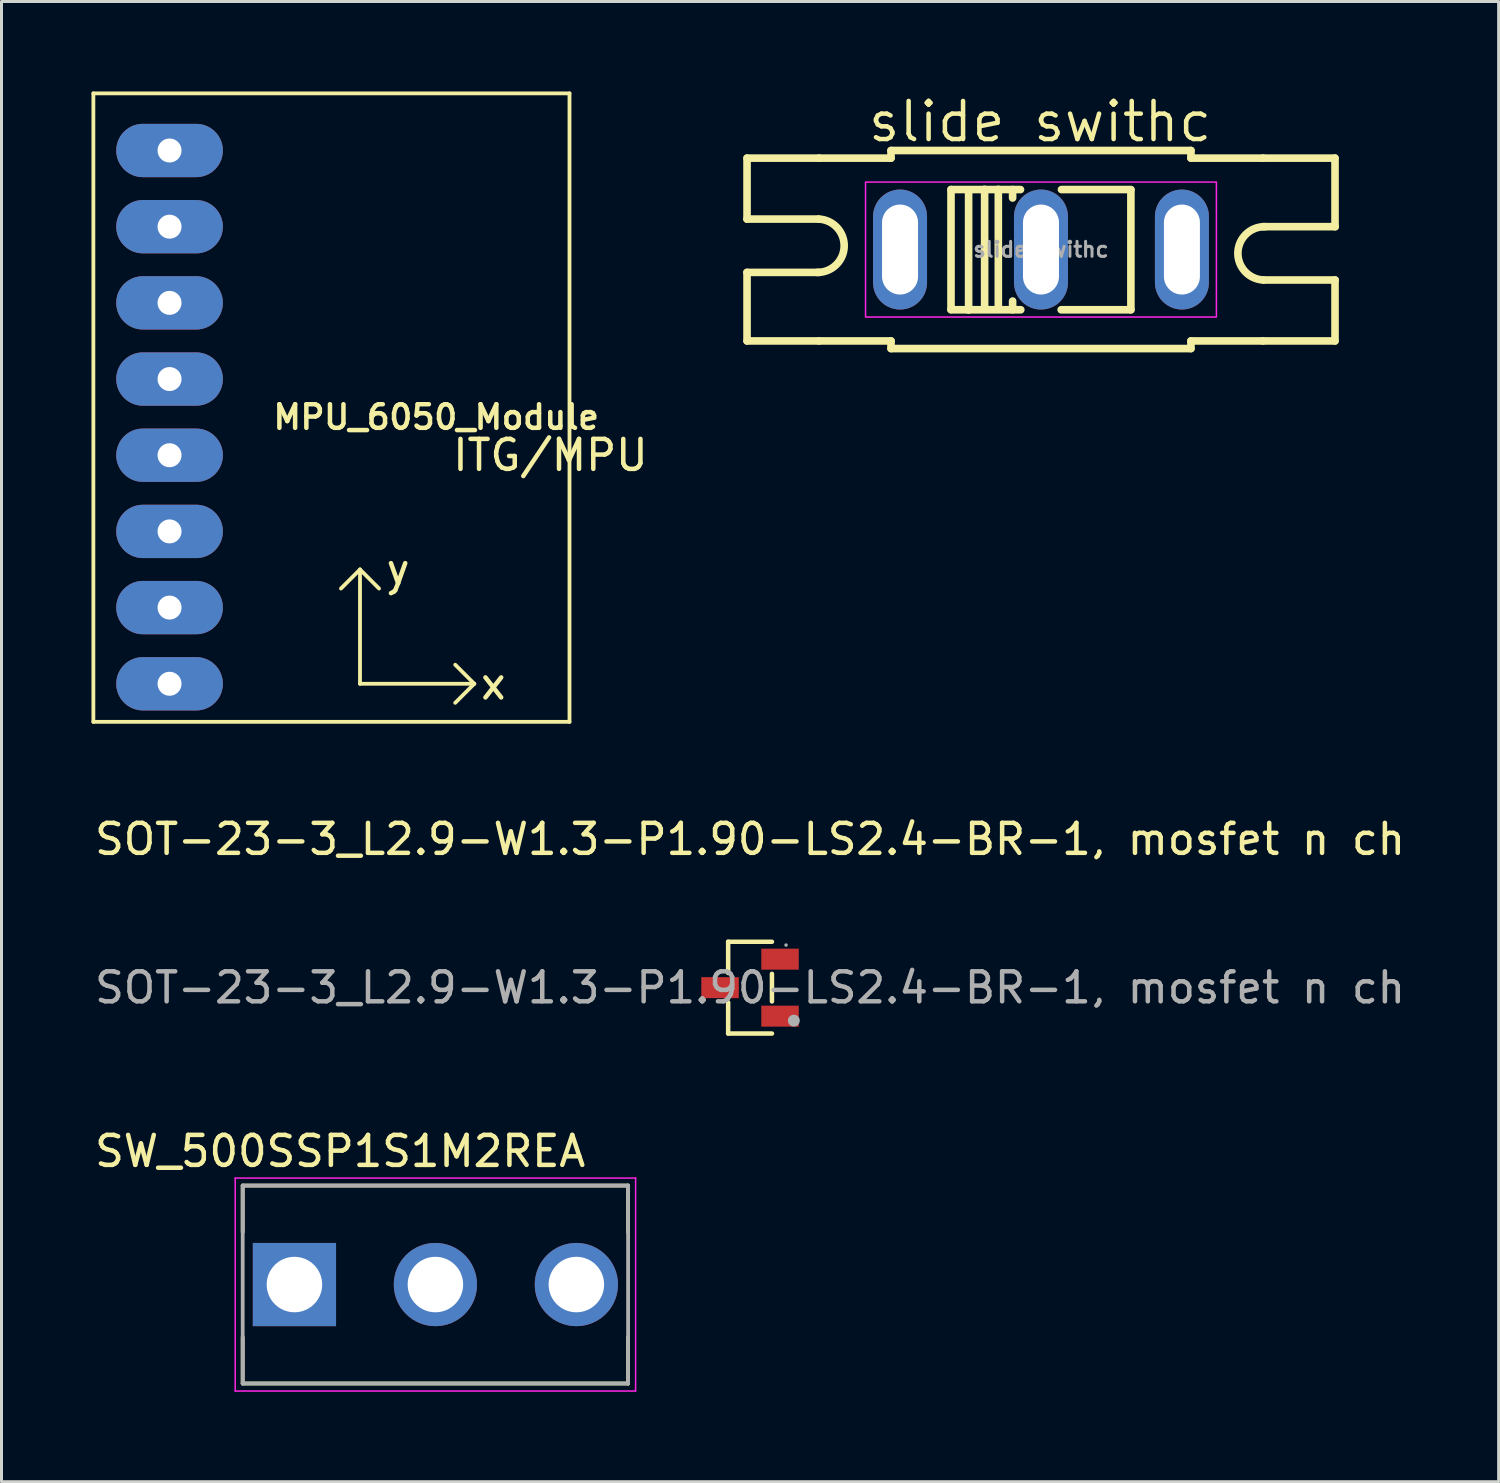
<source format=kicad_pcb>
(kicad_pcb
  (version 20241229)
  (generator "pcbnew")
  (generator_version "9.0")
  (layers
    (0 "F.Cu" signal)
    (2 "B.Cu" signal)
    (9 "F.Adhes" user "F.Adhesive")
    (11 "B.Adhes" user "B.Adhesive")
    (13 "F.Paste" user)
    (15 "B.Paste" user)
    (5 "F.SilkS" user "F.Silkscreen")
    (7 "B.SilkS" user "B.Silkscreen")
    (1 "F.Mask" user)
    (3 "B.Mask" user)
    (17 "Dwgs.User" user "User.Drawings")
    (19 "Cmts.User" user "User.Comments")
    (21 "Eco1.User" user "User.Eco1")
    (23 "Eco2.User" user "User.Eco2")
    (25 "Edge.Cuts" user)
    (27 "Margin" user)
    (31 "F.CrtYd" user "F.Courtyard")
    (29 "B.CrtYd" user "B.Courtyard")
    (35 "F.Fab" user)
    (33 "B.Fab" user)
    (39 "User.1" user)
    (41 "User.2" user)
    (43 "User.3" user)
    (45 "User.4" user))
  (footprint "slide swithc"
    (layer "F.Cu")
    (at 31.658 5.27)
    (property "Reference" "slide swithc" (at -0.028 -4.264 0) (layer "F.SilkS") (effects (font (size 1.27 1.27) (thickness 0.15))))
    (fp_line (start -9.804 -1.016) (end -7.417 -1.016) (stroke (width 0.254) (type default)) (layer "F.SilkS"))
    (fp_line (start -9.804 0.762) (end -7.391 0.762) (stroke (width 0.254) (type default)) (layer "F.SilkS"))
    (fp_line (start -9.8 -3.048) (end -9.8 -1.016) (stroke (width 0.254) (type default)) (layer "F.SilkS"))
    (fp_line (start -9.8 3.048) (end -9.8 0.762) (stroke (width 0.254) (type default)) (layer "F.SilkS"))
    (fp_line (start -7.4 -3.048) (end -9.8 -3.048) (stroke (width 0.254) (type default)) (layer "F.SilkS"))
    (fp_line (start -7.4 3.048) (end -9.8 3.048) (stroke (width 0.254) (type default)) (layer "F.SilkS"))
    (fp_line (start -5 -3.302) (end 5 -3.302) (stroke (width 0.254) (type default)) (layer "F.SilkS"))
    (fp_line (start -5 -3.048) (end -7.4 -3.048) (stroke (width 0.254) (type default)) (layer "F.SilkS"))
    (fp_line (start -5 -3.048) (end -5 -3.302) (stroke (width 0.254) (type default)) (layer "F.SilkS"))
    (fp_line (start -5 3.048) (end -7.4 3.048) (stroke (width 0.254) (type default)) (layer "F.SilkS"))
    (fp_line (start -5 3.048) (end -5 3.302) (stroke (width 0.254) (type default)) (layer "F.SilkS"))
    (fp_line (start -5 3.302) (end 5 3.302) (stroke (width 0.254) (type default)) (layer "F.SilkS"))
    (fp_line (start -3 -2) (end -3 2) (stroke (width 0.254) (type default)) (layer "F.SilkS"))
    (fp_line (start -3 -2) (end -0.683 -2) (stroke (width 0.254) (type default)) (layer "F.SilkS"))
    (fp_line (start -2.413 2.018) (end -2.413 -1.982) (stroke (width 0.254) (type default)) (layer "F.SilkS"))
    (fp_line (start -1.879 1.992) (end -1.879 -2.008) (stroke (width 0.254) (type default)) (layer "F.SilkS"))
    (fp_line (start -1.422 1.992) (end -1.422 -2.008) (stroke (width 0.254) (type default)) (layer "F.SilkS"))
    (fp_line (start -0.946 -2) (end -0.946 -1.718) (stroke (width 0.254) (type default)) (layer "F.SilkS"))
    (fp_line (start -0.946 1.718) (end -0.946 2.008) (stroke (width 0.254) (type default)) (layer "F.SilkS"))
    (fp_line (start -0.673 2.008) (end -3.002 2.008) (stroke (width 0.254) (type default)) (layer "F.SilkS"))
    (fp_line (start 0.683 -2) (end 2.998 -2) (stroke (width 0.254) (type default)) (layer "F.SilkS"))
    (fp_line (start 2.998 2.008) (end 0.673 2.008) (stroke (width 0.254) (type default)) (layer "F.SilkS"))
    (fp_line (start 2.998 2.008) (end 2.998 -1.992) (stroke (width 0.254) (type default)) (layer "F.SilkS"))
    (fp_line (start 5 -3.048) (end 5 -3.302) (stroke (width 0.254) (type default)) (layer "F.SilkS"))
    (fp_line (start 5 -3.048) (end 7.4 -3.048) (stroke (width 0.254) (type default)) (layer "F.SilkS"))
    (fp_line (start 5 3.048) (end 5 3.302) (stroke (width 0.254) (type default)) (layer "F.SilkS"))
    (fp_line (start 5 3.048) (end 7.4 3.048) (stroke (width 0.254) (type default)) (layer "F.SilkS"))
    (fp_line (start 9.8 -3.048) (end 7.4 -3.048) (stroke (width 0.254) (type default)) (layer "F.SilkS"))
    (fp_line (start 9.8 3.048) (end 7.4 3.048) (stroke (width 0.254) (type default)) (layer "F.SilkS"))
    (fp_line (start 9.804 -3.048) (end 9.804 -0.762) (stroke (width 0.254) (type default)) (layer "F.SilkS"))
    (fp_line (start 9.804 3.048) (end 9.804 1.016) (stroke (width 0.254) (type default)) (layer "F.SilkS"))
    (fp_line (start 9.809 -0.762) (end 7.396 -0.762) (stroke (width 0.254) (type default)) (layer "F.SilkS"))
    (fp_line (start 9.809 1.016) (end 7.421 1.016) (stroke (width 0.254) (type default)) (layer "F.SilkS"))
    (fp_arc (start -7.4168 -1.016) (mid -6.5532 -0.1016) (end -7.4676 0.762) (stroke (width 0.254) (type default)) (layer "F.SilkS"))
    (fp_arc (start 7.4211 1.016) (mid 6.5575 0.1016) (end 7.4719 -0.762) (stroke (width 0.254) (type default)) (layer "F.SilkS"))
    (fp_rect (start -5.849 -2.25) (end 5.849 2.25) (stroke (width 0.05) (type default)) (fill no) (layer "F.CrtYd"))
    (fp_circle (center -9.931 3.429) (end -9.901 3.429) (stroke (width 0.06) (type default)) (fill no) (layer "User.5"))
    (fp_text user "${REFERENCE}" (at 0 0 0) (layer "F.Fab") (effects (font (size 0.5 0.5) (thickness 0.1))))
    (pad "1" thru_hole oval (at -4.699 0 90) (size 4 1.8) (drill oval 3 1.2) (layers "*.Cu" "*.Mask"))
    (pad "2" thru_hole oval (at 0 0 90) (size 4 1.8) (drill oval 3 1.2) (layers "*.Cu" "*.Mask"))
    (pad "3" thru_hole oval (at 4.699 0 90) (size 4 1.8) (drill oval 3 1.2) (layers "*.Cu" "*.Mask"))
    (zone (net_name "") (layer "User.4") (hatch edge 0.5) (priority 100) (connect_pads yes) (min_thickness 0) (filled_areas_thickness no) (fill yes) (polygon (pts (xy 26.478 6.17) (xy 26.478 4.37) (xy 27.438 4.37) (xy 27.438 6.17))) (filled_polygon (layer "User.4") (island) (pts (xy 26.478 6.17) (xy 26.478 4.37) (xy 27.438 4.37) (xy 27.438 6.17))))
    (zone (net_name "") (layer "User.4") (hatch edge 0.5) (priority 100) (connect_pads yes) (min_thickness 0) (filled_areas_thickness no) (fill yes) (polygon (pts (xy 31.178 6.17) (xy 31.178 4.37) (xy 32.138 4.37) (xy 32.138 6.17))) (filled_polygon (layer "User.4") (island) (pts (xy 31.178 6.17) (xy 31.178 4.37) (xy 32.138 4.37) (xy 32.138 6.17))))
    (zone (net_name "") (layer "User.4") (hatch edge 0.5) (priority 100) (connect_pads yes) (min_thickness 0) (filled_areas_thickness no) (fill yes) (polygon (pts (xy 35.878 6.17) (xy 35.878 4.37) (xy 36.838 4.37) (xy 36.838 6.17))) (filled_polygon (layer "User.4") (island) (pts (xy 35.878 6.17) (xy 35.878 4.37) (xy 36.838 4.37) (xy 36.838 6.17)))))
  (footprint "MPU_6050_Module"
    (layer "F.Cu")
    (at 11.493 10.858)
    (property "Reference" "MPU_6050_Module" (at 0 0 0) (layer "F.SilkS") (effects (font (size 0.787 0.787) (thickness 0.15))))
    (attr through_hole)
    (fp_line (start -11.43 -10.795) (end 4.445 -10.795) (stroke (width 0.127) (type solid)) (layer "F.SilkS"))
    (fp_line (start -11.43 10.16) (end -11.43 -10.795) (stroke (width 0.127) (type solid)) (layer "F.SilkS"))
    (fp_line (start -2.54 5.08) (end -3.175 5.715) (stroke (width 0.127) (type solid)) (layer "F.SilkS"))
    (fp_line (start -2.54 5.08) (end -1.905 5.715) (stroke (width 0.127) (type solid)) (layer "F.SilkS"))
    (fp_line (start -2.54 8.89) (end -2.54 5.08) (stroke (width 0.127) (type solid)) (layer "F.SilkS"))
    (fp_line (start -2.54 8.89) (end 1.27 8.89) (stroke (width 0.127) (type solid)) (layer "F.SilkS"))
    (fp_line (start 1.27 8.89) (end 0.635 8.255) (stroke (width 0.127) (type solid)) (layer "F.SilkS"))
    (fp_line (start 1.27 8.89) (end 0.635 9.525) (stroke (width 0.127) (type solid)) (layer "F.SilkS"))
    (fp_line (start 4.445 -10.795) (end 4.445 10.16) (stroke (width 0.127) (type solid)) (layer "F.SilkS"))
    (fp_line (start 4.445 10.16) (end -11.43 10.16) (stroke (width 0.127) (type solid)) (layer "F.SilkS"))
    (fp_text user "y" (at -1.27 5.08 0) (layer "F.SilkS") (effects (font (size 1 1) (thickness 0.15))))
    (fp_text user "x" (at 1.905 8.89 0) (layer "F.SilkS") (effects (font (size 1 1) (thickness 0.15))))
    (fp_text user "ITG/MPU" (at 3.81 1.27 0) (layer "F.SilkS") (effects (font (size 1 1) (thickness 0.15))))
    (pad "ADO" thru_hole oval (at -8.89 6.35) (size 3.556 1.778) (drill 0.8) (layers "*.Cu" "*.Mask"))
    (pad "GND" thru_hole oval (at -8.89 -6.35) (size 3.556 1.778) (drill 0.8) (layers "*.Cu" "*.Mask"))
    (pad "INT" thru_hole oval (at -8.89 8.89) (size 3.556 1.778) (drill 0.8) (layers "*.Cu" "*.Mask"))
    (pad "SCL" thru_hole oval (at -8.89 -3.81) (size 3.556 1.778) (drill 0.8) (layers "*.Cu" "*.Mask"))
    (pad "SDA" thru_hole oval (at -8.89 -1.27) (size 3.556 1.778) (drill 0.8) (layers "*.Cu" "*.Mask"))
    (pad "VCC" thru_hole oval (at -8.89 -8.89) (size 3.556 1.778) (drill 0.8) (layers "*.Cu" "*.Mask"))
    (pad "XCL" thru_hole oval (at -8.89 3.81) (size 3.556 1.778) (drill 0.8) (layers "*.Cu" "*.Mask"))
    (pad "XDA" thru_hole oval (at -8.89 1.27) (size 3.556 1.778) (drill 0.8) (layers "*.Cu" "*.Mask")))
  (footprint "SW_500SSP1S1M2REA"
    (layer "F.Cu")
    (at 11.467 39.779)
    (property "Reference" "SW_500SSP1S1M2REA" (at -3.175 -4.445 0) (layer "F.SilkS") (effects (font (size 1 1) (thickness 0.15))))
    (attr through_hole)
    (fp_line (start -6.425 -3.3) (end 6.425 -3.3) (stroke (width 0.127) (type solid)) (layer "F.SilkS"))
    (fp_line (start -6.425 -1.75) (end -6.425 -3.3) (stroke (width 0.127) (type solid)) (layer "F.SilkS"))
    (fp_line (start -6.425 3.3) (end -6.425 1.75) (stroke (width 0.127) (type solid)) (layer "F.SilkS"))
    (fp_line (start 6.425 -3.3) (end 6.425 -1.75) (stroke (width 0.127) (type solid)) (layer "F.SilkS"))
    (fp_line (start 6.425 1.75) (end 6.425 3.3) (stroke (width 0.127) (type solid)) (layer "F.SilkS"))
    (fp_line (start 6.425 3.3) (end -6.425 3.3) (stroke (width 0.127) (type solid)) (layer "F.SilkS"))
    (fp_line (start -6.675 -3.55) (end 6.675 -3.55) (stroke (width 0.05) (type solid)) (layer "F.CrtYd"))
    (fp_line (start -6.675 3.55) (end -6.675 -3.55) (stroke (width 0.05) (type solid)) (layer "F.CrtYd"))
    (fp_line (start 6.675 -3.55) (end 6.675 3.55) (stroke (width 0.05) (type solid)) (layer "F.CrtYd"))
    (fp_line (start 6.675 3.55) (end -6.675 3.55) (stroke (width 0.05) (type solid)) (layer "F.CrtYd"))
    (fp_line (start -6.425 -3.3) (end 6.425 -3.3) (stroke (width 0.127) (type solid)) (layer "F.Fab"))
    (fp_line (start -6.425 3.3) (end -6.425 -3.3) (stroke (width 0.127) (type solid)) (layer "F.Fab"))
    (fp_line (start 6.425 -3.3) (end 6.425 3.3) (stroke (width 0.127) (type solid)) (layer "F.Fab"))
    (fp_line (start 6.425 3.3) (end -6.425 3.3) (stroke (width 0.127) (type solid)) (layer "F.Fab"))
    (pad "1" thru_hole rect (at -4.7 0) (size 2.775 2.775) (drill 1.85) (layers "*.Cu" "*.Mask"))
    (pad "2" thru_hole circle (at 0 0) (size 2.775 2.775) (drill 1.85) (layers "*.Cu" "*.Mask"))
    (pad "3" thru_hole circle (at 4.7 0) (size 2.775 2.775) (drill 1.85) (layers "*.Cu" "*.Mask")))
  (footprint "SOT-23-3_L2.9-W1.3-P1.90-LS2.4-BR-1, mosfet n ch"
    (layer "F.Cu")
    (at 21.958 29.88)
    (property "Reference" "SOT-23-3_L2.9-W1.3-P1.90-LS2.4-BR-1, mosfet n ch" (at 0 -4.95 0) (layer "F.SilkS") (effects (font (size 1 1) (thickness 0.15))))
    (attr smd)
    (fp_line (start -0.73 -1.53) (end -0.73 -0.49) (stroke (width 0.15) (type solid)) (layer "F.SilkS"))
    (fp_line (start -0.73 1.53) (end -0.73 0.49) (stroke (width 0.15) (type solid)) (layer "F.SilkS"))
    (fp_line (start 0.73 -1.53) (end -0.73 -1.53) (stroke (width 0.15) (type solid)) (layer "F.SilkS"))
    (fp_line (start 0.73 -0.46) (end 0.73 0.46) (stroke (width 0.15) (type solid)) (layer "F.SilkS"))
    (fp_line (start 0.73 1.53) (end -0.73 1.53) (stroke (width 0.15) (type solid)) (layer "F.SilkS"))
    (fp_circle (center 1.2 -1.42) (end 1.23 -1.42) (stroke (width 0.06) (type solid)) (fill no) (layer "F.Fab"))
    (fp_circle (center 1.46 1.1) (end 1.56 1.1) (stroke (width 0.2) (type solid)) (fill no) (layer "F.Fab"))
    (fp_text user "${REFERENCE}" (at 0 0 0) (layer "F.Fab") (effects (font (size 1 1) (thickness 0.15))))
    (pad "1" smd rect (at 1 0.95) (size 1.25 0.7) (layers "F.Cu" "F.Mask" "F.Paste"))
    (pad "2" smd rect (at 1 -0.95) (size 1.25 0.7) (layers "F.Cu" "F.Mask" "F.Paste"))
    (pad "3" smd rect (at -1 0) (size 1.25 0.7) (layers "F.Cu" "F.Mask" "F.Paste")))
  (gr_rect
    (start -3 -3)
    (end 46.917 46.353)
    (stroke (width 0.1) (type default))
    (fill no)
    (layer "Edge.Cuts")))
</source>
